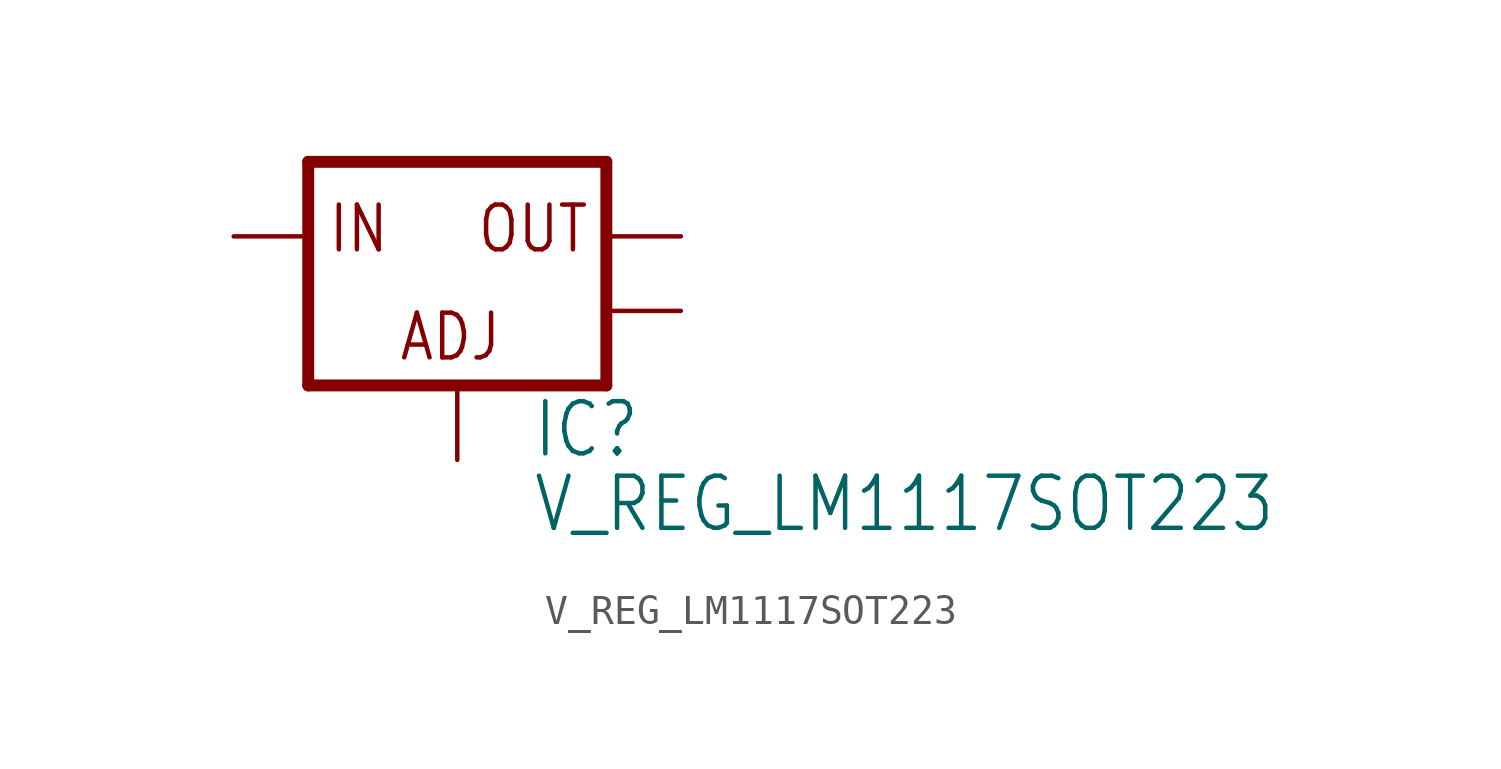
<source format=kicad_sym>
(kicad_symbol_lib
  (version 20211014)
  (generator kicad_symbol_editor)
  (symbol "V_REG_LM1117SOT223"
    (property "Reference" "IC"
      (at 2.54 -7.62 0)
      (effects (font (size 1.778 1.511)) (justify left bottom)))
    (property "Value" "V_REG_LM1117SOT223"
      (at 2.54 -10.16 0)
      (effects (font (size 1.778 1.511)) (justify left bottom)))
    (property "ki_locked" ""
      (at 0 0 0)
      (effects (font (size 1.27 1.27))))
    (symbol "V_REG_LM1117SOT223_1_0"
      (polyline (pts (xy -5.08 -5.08) (xy 5.08 -5.08)) (stroke (width 0.406) (type default) (color 0 0 0 0)) (fill (type none)))
      (polyline (pts (xy -5.08 2.54) (xy -5.08 -5.08)) (stroke (width 0.406) (type default) (color 0 0 0 0)) (fill (type none)))
      (polyline (pts (xy 5.08 -5.08) (xy 5.08 2.54)) (stroke (width 0.406) (type default) (color 0 0 0 0)) (fill (type none)))
      (polyline (pts (xy 5.08 2.54) (xy -5.08 2.54)) (stroke (width 0.406) (type default) (color 0 0 0 0)) (fill (type none)))
      (text "ADJ" (at -2.032 -4.318 0) (effects (font (size 1.524 1.295)) (justify left bottom)))
      (text "IN" (at -4.445 -0.635 0) (effects (font (size 1.524 1.295)) (justify left bottom)))
      (text "OUT" (at 0.635 -0.635 0) (effects (font (size 1.524 1.295)) (justify left bottom)))
      (pin input line (at 0 -7.62 90) (length 2.54) (name "ADJ" (effects (font (size 0 0)))) (number "1" (effects (font (size 0 0)))))
      (pin bidirectional line (at 7.62 0 180) (length 2.54) (name "OUT" (effects (font (size 0 0)))) (number "2" (effects (font (size 0 0)))))
      (pin input line (at -7.62 0 0) (length 2.54) (name "IN" (effects (font (size 0 0)))) (number "3" (effects (font (size 0 0)))))
      (pin bidirectional line (at 7.62 -2.54 180) (length 2.54) (name "OUT@1" (effects (font (size 0 0)))) (number "4" (effects (font (size 0 0))))))))
</source>
